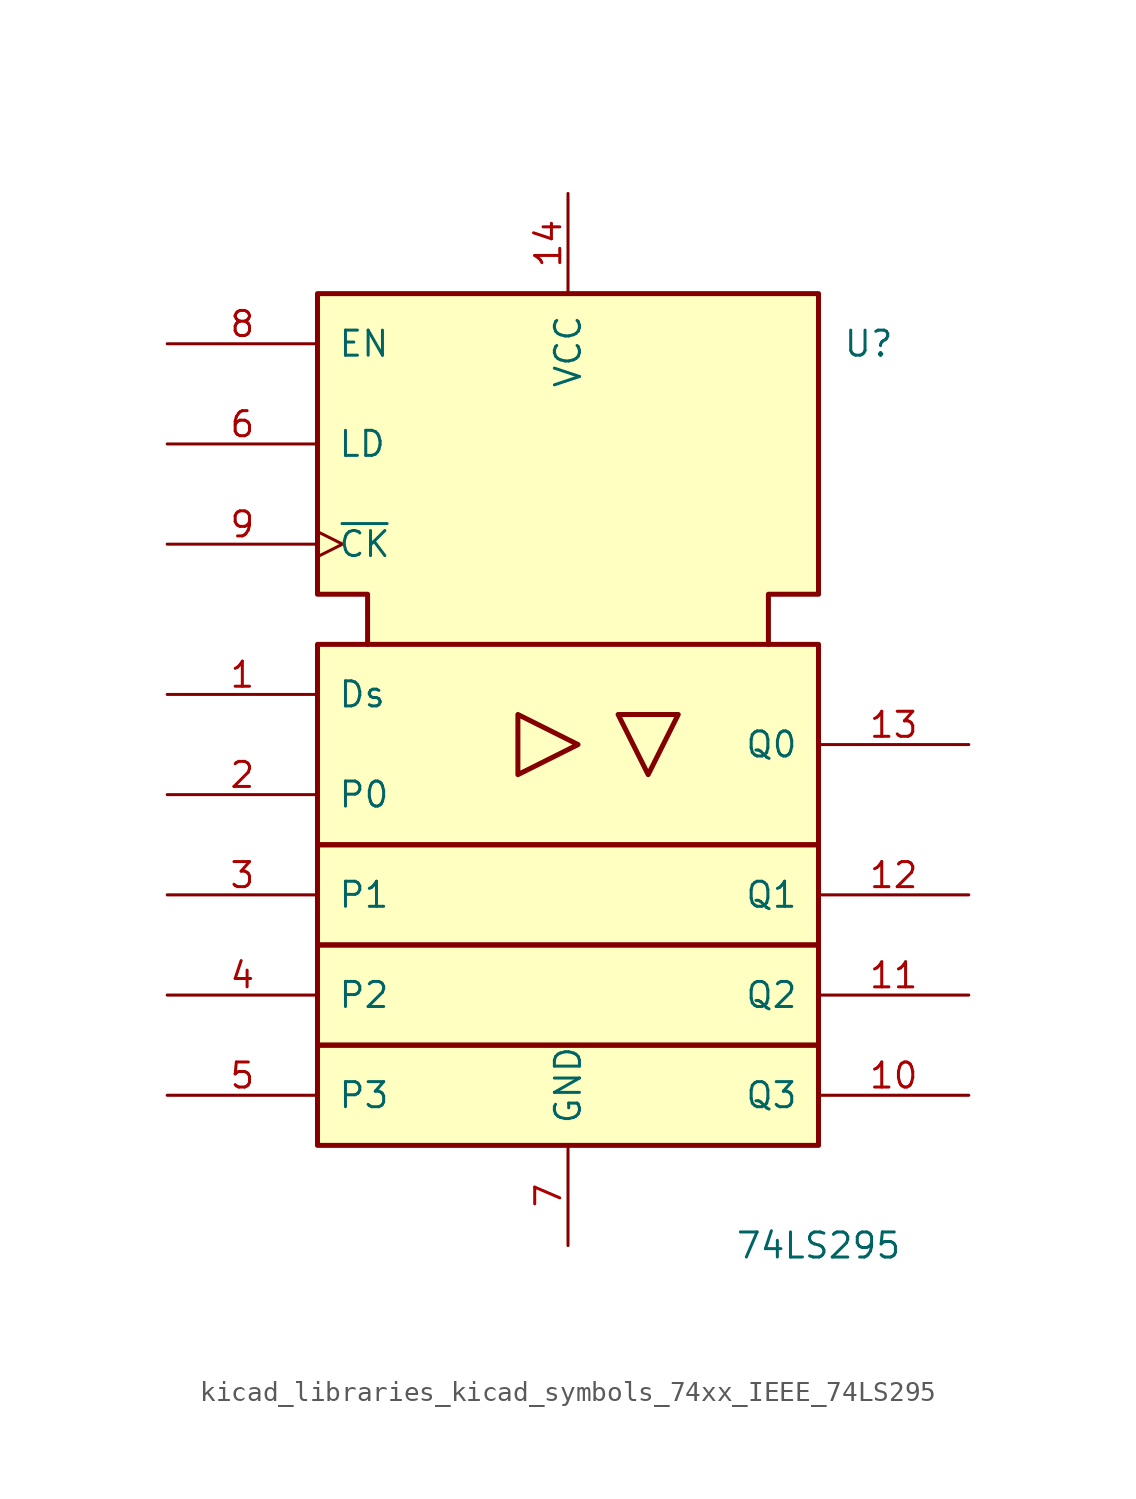
<source format=kicad_sym>
(kicad_symbol_lib
  (version 20220914)
  (generator kicad_symbol_editor)
  (symbol "kicad_libraries_kicad_symbols_74xx_IEEE_74LS295"
    (pin_names
      (offset 1.016))
    (property "Reference" "U"
      (at 15.24 17.78 0)
      (effects (font (size 1.27 1.27))))
    (property "Value" "74LS295"
      (at 12.7 -27.94 0)
      (effects (font (size 1.27 1.27))))
    (symbol "kicad_libraries_kicad_symbols_74xx_IEEE_74LS295_0_0"
      (pin power_in line (at 0 25.4 270) (length 5.08) (name "VCC" (effects (font (size 1.27 1.27)))) (number "14" (effects (font (size 1.27 1.27)))))
      (pin power_in line (at 0 -27.94 90) (length 5.08) (name "GND" (effects (font (size 1.27 1.27)))) (number "7" (effects (font (size 1.27 1.27))))))
    (symbol "kicad_libraries_kicad_symbols_74xx_IEEE_74LS295_0_1"
      (rectangle (start -12.7 -17.78) (end 12.7 -22.86) (stroke (width 0.254) (type default)) (fill (type background)))
      (rectangle (start -12.7 -12.7) (end 12.7 -17.78) (stroke (width 0.254) (type default)) (fill (type background)))
      (rectangle (start -12.7 -7.62) (end 12.7 -12.7) (stroke (width 0.254) (type default)) (fill (type background)))
      (rectangle (start -12.7 2.54) (end 12.7 -7.62) (stroke (width 0.254) (type default)) (fill (type background)))
      (polyline (pts (xy -2.54 -1.016) (xy -2.54 -4.064) (xy 0.508 -2.54) (xy -2.54 -1.016) (xy -2.54 -1.016)) (stroke (width 0.254) (type default)) (fill (type background)))
      (polyline (pts (xy 5.588 -1.016) (xy 2.54 -1.016) (xy 4.064 -4.064) (xy 5.588 -1.016) (xy 5.588 -1.016)) (stroke (width 0.254) (type default)) (fill (type background)))
      (polyline (pts (xy -10.16 2.54) (xy -10.16 5.08) (xy -12.7 5.08) (xy -12.7 20.32) (xy 12.7 20.32) (xy 12.7 5.08) (xy 10.16 5.08) (xy 10.16 2.54) (xy 10.16 2.54)) (stroke (width 0.254) (type default)) (fill (type background))))
    (symbol "kicad_libraries_kicad_symbols_74xx_IEEE_74LS295_1_1"
      (pin input line (at -20.32 0 0) (length 7.62) (name "Ds" (effects (font (size 1.27 1.27)))) (number "1" (effects (font (size 1.27 1.27)))))
      (pin output line (at 20.32 -20.32 180) (length 7.62) (name "Q3" (effects (font (size 1.27 1.27)))) (number "10" (effects (font (size 1.27 1.27)))))
      (pin output line (at 20.32 -15.24 180) (length 7.62) (name "Q2" (effects (font (size 1.27 1.27)))) (number "11" (effects (font (size 1.27 1.27)))))
      (pin output line (at 20.32 -10.16 180) (length 7.62) (name "Q1" (effects (font (size 1.27 1.27)))) (number "12" (effects (font (size 1.27 1.27)))))
      (pin output line (at 20.32 -2.54 180) (length 7.62) (name "Q0" (effects (font (size 1.27 1.27)))) (number "13" (effects (font (size 1.27 1.27)))))
      (pin input line (at -20.32 -5.08 0) (length 7.62) (name "P0" (effects (font (size 1.27 1.27)))) (number "2" (effects (font (size 1.27 1.27)))))
      (pin input line (at -20.32 -10.16 0) (length 7.62) (name "P1" (effects (font (size 1.27 1.27)))) (number "3" (effects (font (size 1.27 1.27)))))
      (pin input line (at -20.32 -15.24 0) (length 7.62) (name "P2" (effects (font (size 1.27 1.27)))) (number "4" (effects (font (size 1.27 1.27)))))
      (pin input line (at -20.32 -20.32 0) (length 7.62) (name "P3" (effects (font (size 1.27 1.27)))) (number "5" (effects (font (size 1.27 1.27)))))
      (pin input line (at -20.32 12.7 0) (length 7.62) (name "LD" (effects (font (size 1.27 1.27)))) (number "6" (effects (font (size 1.27 1.27)))))
      (pin input line (at -20.32 17.78 0) (length 7.62) (name "EN" (effects (font (size 1.27 1.27)))) (number "8" (effects (font (size 1.27 1.27)))))
      (pin input clock (at -20.32 7.62 0) (length 7.62) (name "~{CK}" (effects (font (size 1.27 1.27)))) (number "9" (effects (font (size 1.27 1.27))))))))
</source>
